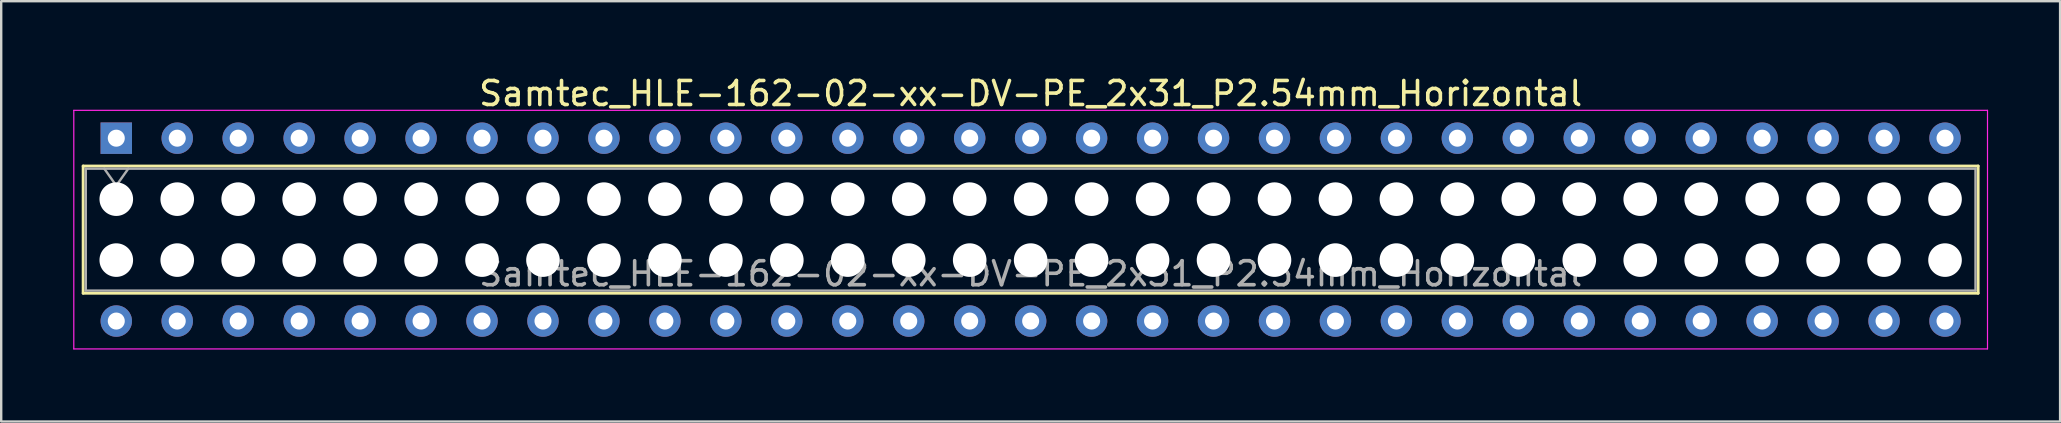
<source format=kicad_pcb>
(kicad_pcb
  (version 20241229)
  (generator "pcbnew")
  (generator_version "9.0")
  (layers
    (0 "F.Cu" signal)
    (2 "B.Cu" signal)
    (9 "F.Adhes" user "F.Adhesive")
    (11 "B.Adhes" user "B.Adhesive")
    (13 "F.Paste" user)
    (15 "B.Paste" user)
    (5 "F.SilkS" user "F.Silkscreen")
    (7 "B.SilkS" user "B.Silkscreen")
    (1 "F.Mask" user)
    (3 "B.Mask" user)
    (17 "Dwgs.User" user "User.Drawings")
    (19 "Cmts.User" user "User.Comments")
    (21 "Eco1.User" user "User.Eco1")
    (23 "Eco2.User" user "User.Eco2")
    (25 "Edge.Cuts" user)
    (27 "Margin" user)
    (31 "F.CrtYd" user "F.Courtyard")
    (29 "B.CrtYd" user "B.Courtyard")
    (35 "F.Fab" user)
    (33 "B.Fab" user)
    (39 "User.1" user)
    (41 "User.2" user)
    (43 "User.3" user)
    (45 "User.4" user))
  (footprint "Samtec_HLE-162-02-xx-DV-PE_2x31_P2.54mm_Horizontal"
    (layer "F.Cu")
    (at 1.795 2.708)
    (property "Reference" "Samtec_HLE-162-02-xx-DV-PE_2x31_P2.54mm_Horizontal" (at 38.1 -1.86 0) (layer "F.SilkS") (effects (font (size 1 1) (thickness 0.15))))
    (attr through_hole)
    (fp_line (start -1.38 1.16) (end 77.58 1.16) (stroke (width 0.12) (type solid)) (layer "F.SilkS"))
    (fp_line (start -1.38 6.46) (end -1.38 1.16) (stroke (width 0.12) (type solid)) (layer "F.SilkS"))
    (fp_line (start 77.58 1.16) (end 77.58 6.46) (stroke (width 0.12) (type solid)) (layer "F.SilkS"))
    (fp_line (start 77.58 6.46) (end -1.38 6.46) (stroke (width 0.12) (type solid)) (layer "F.SilkS"))
    (fp_line (start -1.77 -1.16) (end 77.97 -1.16) (stroke (width 0.05) (type solid)) (layer "F.CrtYd"))
    (fp_line (start -1.77 8.78) (end -1.77 -1.16) (stroke (width 0.05) (type solid)) (layer "F.CrtYd"))
    (fp_line (start 77.97 -1.16) (end 77.97 8.78) (stroke (width 0.05) (type solid)) (layer "F.CrtYd"))
    (fp_line (start 77.97 8.78) (end -1.77 8.78) (stroke (width 0.05) (type solid)) (layer "F.CrtYd"))
    (fp_line (start -1.27 1.27) (end 77.47 1.27) (stroke (width 0.1) (type solid)) (layer "F.Fab"))
    (fp_line (start -1.27 6.35) (end -1.27 1.27) (stroke (width 0.1) (type solid)) (layer "F.Fab"))
    (fp_line (start -0.5 1.27) (end 0 1.977) (stroke (width 0.1) (type solid)) (layer "F.Fab"))
    (fp_line (start 0 1.977) (end 0.5 1.27) (stroke (width 0.1) (type solid)) (layer "F.Fab"))
    (fp_line (start 77.47 1.27) (end 77.47 6.35) (stroke (width 0.1) (type solid)) (layer "F.Fab"))
    (fp_line (start 77.47 6.35) (end -1.27 6.35) (stroke (width 0.1) (type solid)) (layer "F.Fab"))
    (fp_text user "${REFERENCE}" (at 38.1 5.65 0) (layer "F.Fab") (effects (font (size 1 1) (thickness 0.15))))
    (pad "" np_thru_hole circle (at 0 2.54) (size 1.4 1.4) (drill 1.4) (layers "*.Cu" "*.Mask"))
    (pad "" np_thru_hole circle (at 0 5.08) (size 1.4 1.4) (drill 1.4) (layers "*.Cu" "*.Mask"))
    (pad "" np_thru_hole circle (at 2.54 2.54) (size 1.4 1.4) (drill 1.4) (layers "*.Cu" "*.Mask"))
    (pad "" np_thru_hole circle (at 2.54 5.08) (size 1.4 1.4) (drill 1.4) (layers "*.Cu" "*.Mask"))
    (pad "" np_thru_hole circle (at 5.08 2.54) (size 1.4 1.4) (drill 1.4) (layers "*.Cu" "*.Mask"))
    (pad "" np_thru_hole circle (at 5.08 5.08) (size 1.4 1.4) (drill 1.4) (layers "*.Cu" "*.Mask"))
    (pad "" np_thru_hole circle (at 7.62 2.54) (size 1.4 1.4) (drill 1.4) (layers "*.Cu" "*.Mask"))
    (pad "" np_thru_hole circle (at 7.62 5.08) (size 1.4 1.4) (drill 1.4) (layers "*.Cu" "*.Mask"))
    (pad "" np_thru_hole circle (at 10.16 2.54) (size 1.4 1.4) (drill 1.4) (layers "*.Cu" "*.Mask"))
    (pad "" np_thru_hole circle (at 10.16 5.08) (size 1.4 1.4) (drill 1.4) (layers "*.Cu" "*.Mask"))
    (pad "" np_thru_hole circle (at 12.7 2.54) (size 1.4 1.4) (drill 1.4) (layers "*.Cu" "*.Mask"))
    (pad "" np_thru_hole circle (at 12.7 5.08) (size 1.4 1.4) (drill 1.4) (layers "*.Cu" "*.Mask"))
    (pad "" np_thru_hole circle (at 15.24 2.54) (size 1.4 1.4) (drill 1.4) (layers "*.Cu" "*.Mask"))
    (pad "" np_thru_hole circle (at 15.24 5.08) (size 1.4 1.4) (drill 1.4) (layers "*.Cu" "*.Mask"))
    (pad "" np_thru_hole circle (at 17.78 2.54) (size 1.4 1.4) (drill 1.4) (layers "*.Cu" "*.Mask"))
    (pad "" np_thru_hole circle (at 17.78 5.08) (size 1.4 1.4) (drill 1.4) (layers "*.Cu" "*.Mask"))
    (pad "" np_thru_hole circle (at 20.32 2.54) (size 1.4 1.4) (drill 1.4) (layers "*.Cu" "*.Mask"))
    (pad "" np_thru_hole circle (at 20.32 5.08) (size 1.4 1.4) (drill 1.4) (layers "*.Cu" "*.Mask"))
    (pad "" np_thru_hole circle (at 22.86 2.54) (size 1.4 1.4) (drill 1.4) (layers "*.Cu" "*.Mask"))
    (pad "" np_thru_hole circle (at 22.86 5.08) (size 1.4 1.4) (drill 1.4) (layers "*.Cu" "*.Mask"))
    (pad "" np_thru_hole circle (at 25.4 2.54) (size 1.4 1.4) (drill 1.4) (layers "*.Cu" "*.Mask"))
    (pad "" np_thru_hole circle (at 25.4 5.08) (size 1.4 1.4) (drill 1.4) (layers "*.Cu" "*.Mask"))
    (pad "" np_thru_hole circle (at 27.94 2.54) (size 1.4 1.4) (drill 1.4) (layers "*.Cu" "*.Mask"))
    (pad "" np_thru_hole circle (at 27.94 5.08) (size 1.4 1.4) (drill 1.4) (layers "*.Cu" "*.Mask"))
    (pad "" np_thru_hole circle (at 30.48 2.54) (size 1.4 1.4) (drill 1.4) (layers "*.Cu" "*.Mask"))
    (pad "" np_thru_hole circle (at 30.48 5.08) (size 1.4 1.4) (drill 1.4) (layers "*.Cu" "*.Mask"))
    (pad "" np_thru_hole circle (at 33.02 2.54) (size 1.4 1.4) (drill 1.4) (layers "*.Cu" "*.Mask"))
    (pad "" np_thru_hole circle (at 33.02 5.08) (size 1.4 1.4) (drill 1.4) (layers "*.Cu" "*.Mask"))
    (pad "" np_thru_hole circle (at 35.56 2.54) (size 1.4 1.4) (drill 1.4) (layers "*.Cu" "*.Mask"))
    (pad "" np_thru_hole circle (at 35.56 5.08) (size 1.4 1.4) (drill 1.4) (layers "*.Cu" "*.Mask"))
    (pad "" np_thru_hole circle (at 38.1 2.54) (size 1.4 1.4) (drill 1.4) (layers "*.Cu" "*.Mask"))
    (pad "" np_thru_hole circle (at 38.1 5.08) (size 1.4 1.4) (drill 1.4) (layers "*.Cu" "*.Mask"))
    (pad "" np_thru_hole circle (at 40.64 2.54) (size 1.4 1.4) (drill 1.4) (layers "*.Cu" "*.Mask"))
    (pad "" np_thru_hole circle (at 40.64 5.08) (size 1.4 1.4) (drill 1.4) (layers "*.Cu" "*.Mask"))
    (pad "" np_thru_hole circle (at 43.18 2.54) (size 1.4 1.4) (drill 1.4) (layers "*.Cu" "*.Mask"))
    (pad "" np_thru_hole circle (at 43.18 5.08) (size 1.4 1.4) (drill 1.4) (layers "*.Cu" "*.Mask"))
    (pad "" np_thru_hole circle (at 45.72 2.54) (size 1.4 1.4) (drill 1.4) (layers "*.Cu" "*.Mask"))
    (pad "" np_thru_hole circle (at 45.72 5.08) (size 1.4 1.4) (drill 1.4) (layers "*.Cu" "*.Mask"))
    (pad "" np_thru_hole circle (at 48.26 2.54) (size 1.4 1.4) (drill 1.4) (layers "*.Cu" "*.Mask"))
    (pad "" np_thru_hole circle (at 48.26 5.08) (size 1.4 1.4) (drill 1.4) (layers "*.Cu" "*.Mask"))
    (pad "" np_thru_hole circle (at 50.8 2.54) (size 1.4 1.4) (drill 1.4) (layers "*.Cu" "*.Mask"))
    (pad "" np_thru_hole circle (at 50.8 5.08) (size 1.4 1.4) (drill 1.4) (layers "*.Cu" "*.Mask"))
    (pad "" np_thru_hole circle (at 53.34 2.54) (size 1.4 1.4) (drill 1.4) (layers "*.Cu" "*.Mask"))
    (pad "" np_thru_hole circle (at 53.34 5.08) (size 1.4 1.4) (drill 1.4) (layers "*.Cu" "*.Mask"))
    (pad "" np_thru_hole circle (at 55.88 2.54) (size 1.4 1.4) (drill 1.4) (layers "*.Cu" "*.Mask"))
    (pad "" np_thru_hole circle (at 55.88 5.08) (size 1.4 1.4) (drill 1.4) (layers "*.Cu" "*.Mask"))
    (pad "" np_thru_hole circle (at 58.42 2.54) (size 1.4 1.4) (drill 1.4) (layers "*.Cu" "*.Mask"))
    (pad "" np_thru_hole circle (at 58.42 5.08) (size 1.4 1.4) (drill 1.4) (layers "*.Cu" "*.Mask"))
    (pad "" np_thru_hole circle (at 60.96 2.54) (size 1.4 1.4) (drill 1.4) (layers "*.Cu" "*.Mask"))
    (pad "" np_thru_hole circle (at 60.96 5.08) (size 1.4 1.4) (drill 1.4) (layers "*.Cu" "*.Mask"))
    (pad "" np_thru_hole circle (at 63.5 2.54) (size 1.4 1.4) (drill 1.4) (layers "*.Cu" "*.Mask"))
    (pad "" np_thru_hole circle (at 63.5 5.08) (size 1.4 1.4) (drill 1.4) (layers "*.Cu" "*.Mask"))
    (pad "" np_thru_hole circle (at 66.04 2.54) (size 1.4 1.4) (drill 1.4) (layers "*.Cu" "*.Mask"))
    (pad "" np_thru_hole circle (at 66.04 5.08) (size 1.4 1.4) (drill 1.4) (layers "*.Cu" "*.Mask"))
    (pad "" np_thru_hole circle (at 68.58 2.54) (size 1.4 1.4) (drill 1.4) (layers "*.Cu" "*.Mask"))
    (pad "" np_thru_hole circle (at 68.58 5.08) (size 1.4 1.4) (drill 1.4) (layers "*.Cu" "*.Mask"))
    (pad "" np_thru_hole circle (at 71.12 2.54) (size 1.4 1.4) (drill 1.4) (layers "*.Cu" "*.Mask"))
    (pad "" np_thru_hole circle (at 71.12 5.08) (size 1.4 1.4) (drill 1.4) (layers "*.Cu" "*.Mask"))
    (pad "" np_thru_hole circle (at 73.66 2.54) (size 1.4 1.4) (drill 1.4) (layers "*.Cu" "*.Mask"))
    (pad "" np_thru_hole circle (at 73.66 5.08) (size 1.4 1.4) (drill 1.4) (layers "*.Cu" "*.Mask"))
    (pad "" np_thru_hole circle (at 76.2 2.54) (size 1.4 1.4) (drill 1.4) (layers "*.Cu" "*.Mask"))
    (pad "" np_thru_hole circle (at 76.2 5.08) (size 1.4 1.4) (drill 1.4) (layers "*.Cu" "*.Mask"))
    (pad "1" thru_hole rect (at 0 0) (size 1.31 1.31) (drill 0.71) (layers "*.Cu" "*.Mask"))
    (pad "2" thru_hole circle (at 0 7.62) (size 1.31 1.31) (drill 0.71) (layers "*.Cu" "*.Mask"))
    (pad "3" thru_hole circle (at 2.54 0) (size 1.31 1.31) (drill 0.71) (layers "*.Cu" "*.Mask"))
    (pad "4" thru_hole circle (at 2.54 7.62) (size 1.31 1.31) (drill 0.71) (layers "*.Cu" "*.Mask"))
    (pad "5" thru_hole circle (at 5.08 0) (size 1.31 1.31) (drill 0.71) (layers "*.Cu" "*.Mask"))
    (pad "6" thru_hole circle (at 5.08 7.62) (size 1.31 1.31) (drill 0.71) (layers "*.Cu" "*.Mask"))
    (pad "7" thru_hole circle (at 7.62 0) (size 1.31 1.31) (drill 0.71) (layers "*.Cu" "*.Mask"))
    (pad "8" thru_hole circle (at 7.62 7.62) (size 1.31 1.31) (drill 0.71) (layers "*.Cu" "*.Mask"))
    (pad "9" thru_hole circle (at 10.16 0) (size 1.31 1.31) (drill 0.71) (layers "*.Cu" "*.Mask"))
    (pad "10" thru_hole circle (at 10.16 7.62) (size 1.31 1.31) (drill 0.71) (layers "*.Cu" "*.Mask"))
    (pad "11" thru_hole circle (at 12.7 0) (size 1.31 1.31) (drill 0.71) (layers "*.Cu" "*.Mask"))
    (pad "12" thru_hole circle (at 12.7 7.62) (size 1.31 1.31) (drill 0.71) (layers "*.Cu" "*.Mask"))
    (pad "13" thru_hole circle (at 15.24 0) (size 1.31 1.31) (drill 0.71) (layers "*.Cu" "*.Mask"))
    (pad "14" thru_hole circle (at 15.24 7.62) (size 1.31 1.31) (drill 0.71) (layers "*.Cu" "*.Mask"))
    (pad "15" thru_hole circle (at 17.78 0) (size 1.31 1.31) (drill 0.71) (layers "*.Cu" "*.Mask"))
    (pad "16" thru_hole circle (at 17.78 7.62) (size 1.31 1.31) (drill 0.71) (layers "*.Cu" "*.Mask"))
    (pad "17" thru_hole circle (at 20.32 0) (size 1.31 1.31) (drill 0.71) (layers "*.Cu" "*.Mask"))
    (pad "18" thru_hole circle (at 20.32 7.62) (size 1.31 1.31) (drill 0.71) (layers "*.Cu" "*.Mask"))
    (pad "19" thru_hole circle (at 22.86 0) (size 1.31 1.31) (drill 0.71) (layers "*.Cu" "*.Mask"))
    (pad "20" thru_hole circle (at 22.86 7.62) (size 1.31 1.31) (drill 0.71) (layers "*.Cu" "*.Mask"))
    (pad "21" thru_hole circle (at 25.4 0) (size 1.31 1.31) (drill 0.71) (layers "*.Cu" "*.Mask"))
    (pad "22" thru_hole circle (at 25.4 7.62) (size 1.31 1.31) (drill 0.71) (layers "*.Cu" "*.Mask"))
    (pad "23" thru_hole circle (at 27.94 0) (size 1.31 1.31) (drill 0.71) (layers "*.Cu" "*.Mask"))
    (pad "24" thru_hole circle (at 27.94 7.62) (size 1.31 1.31) (drill 0.71) (layers "*.Cu" "*.Mask"))
    (pad "25" thru_hole circle (at 30.48 0) (size 1.31 1.31) (drill 0.71) (layers "*.Cu" "*.Mask"))
    (pad "26" thru_hole circle (at 30.48 7.62) (size 1.31 1.31) (drill 0.71) (layers "*.Cu" "*.Mask"))
    (pad "27" thru_hole circle (at 33.02 0) (size 1.31 1.31) (drill 0.71) (layers "*.Cu" "*.Mask"))
    (pad "28" thru_hole circle (at 33.02 7.62) (size 1.31 1.31) (drill 0.71) (layers "*.Cu" "*.Mask"))
    (pad "29" thru_hole circle (at 35.56 0) (size 1.31 1.31) (drill 0.71) (layers "*.Cu" "*.Mask"))
    (pad "30" thru_hole circle (at 35.56 7.62) (size 1.31 1.31) (drill 0.71) (layers "*.Cu" "*.Mask"))
    (pad "31" thru_hole circle (at 38.1 0) (size 1.31 1.31) (drill 0.71) (layers "*.Cu" "*.Mask"))
    (pad "32" thru_hole circle (at 38.1 7.62) (size 1.31 1.31) (drill 0.71) (layers "*.Cu" "*.Mask"))
    (pad "33" thru_hole circle (at 40.64 0) (size 1.31 1.31) (drill 0.71) (layers "*.Cu" "*.Mask"))
    (pad "34" thru_hole circle (at 40.64 7.62) (size 1.31 1.31) (drill 0.71) (layers "*.Cu" "*.Mask"))
    (pad "35" thru_hole circle (at 43.18 0) (size 1.31 1.31) (drill 0.71) (layers "*.Cu" "*.Mask"))
    (pad "36" thru_hole circle (at 43.18 7.62) (size 1.31 1.31) (drill 0.71) (layers "*.Cu" "*.Mask"))
    (pad "37" thru_hole circle (at 45.72 0) (size 1.31 1.31) (drill 0.71) (layers "*.Cu" "*.Mask"))
    (pad "38" thru_hole circle (at 45.72 7.62) (size 1.31 1.31) (drill 0.71) (layers "*.Cu" "*.Mask"))
    (pad "39" thru_hole circle (at 48.26 0) (size 1.31 1.31) (drill 0.71) (layers "*.Cu" "*.Mask"))
    (pad "40" thru_hole circle (at 48.26 7.62) (size 1.31 1.31) (drill 0.71) (layers "*.Cu" "*.Mask"))
    (pad "41" thru_hole circle (at 50.8 0) (size 1.31 1.31) (drill 0.71) (layers "*.Cu" "*.Mask"))
    (pad "42" thru_hole circle (at 50.8 7.62) (size 1.31 1.31) (drill 0.71) (layers "*.Cu" "*.Mask"))
    (pad "43" thru_hole circle (at 53.34 0) (size 1.31 1.31) (drill 0.71) (layers "*.Cu" "*.Mask"))
    (pad "44" thru_hole circle (at 53.34 7.62) (size 1.31 1.31) (drill 0.71) (layers "*.Cu" "*.Mask"))
    (pad "45" thru_hole circle (at 55.88 0) (size 1.31 1.31) (drill 0.71) (layers "*.Cu" "*.Mask"))
    (pad "46" thru_hole circle (at 55.88 7.62) (size 1.31 1.31) (drill 0.71) (layers "*.Cu" "*.Mask"))
    (pad "47" thru_hole circle (at 58.42 0) (size 1.31 1.31) (drill 0.71) (layers "*.Cu" "*.Mask"))
    (pad "48" thru_hole circle (at 58.42 7.62) (size 1.31 1.31) (drill 0.71) (layers "*.Cu" "*.Mask"))
    (pad "49" thru_hole circle (at 60.96 0) (size 1.31 1.31) (drill 0.71) (layers "*.Cu" "*.Mask"))
    (pad "50" thru_hole circle (at 60.96 7.62) (size 1.31 1.31) (drill 0.71) (layers "*.Cu" "*.Mask"))
    (pad "51" thru_hole circle (at 63.5 0) (size 1.31 1.31) (drill 0.71) (layers "*.Cu" "*.Mask"))
    (pad "52" thru_hole circle (at 63.5 7.62) (size 1.31 1.31) (drill 0.71) (layers "*.Cu" "*.Mask"))
    (pad "53" thru_hole circle (at 66.04 0) (size 1.31 1.31) (drill 0.71) (layers "*.Cu" "*.Mask"))
    (pad "54" thru_hole circle (at 66.04 7.62) (size 1.31 1.31) (drill 0.71) (layers "*.Cu" "*.Mask"))
    (pad "55" thru_hole circle (at 68.58 0) (size 1.31 1.31) (drill 0.71) (layers "*.Cu" "*.Mask"))
    (pad "56" thru_hole circle (at 68.58 7.62) (size 1.31 1.31) (drill 0.71) (layers "*.Cu" "*.Mask"))
    (pad "57" thru_hole circle (at 71.12 0) (size 1.31 1.31) (drill 0.71) (layers "*.Cu" "*.Mask"))
    (pad "58" thru_hole circle (at 71.12 7.62) (size 1.31 1.31) (drill 0.71) (layers "*.Cu" "*.Mask"))
    (pad "59" thru_hole circle (at 73.66 0) (size 1.31 1.31) (drill 0.71) (layers "*.Cu" "*.Mask"))
    (pad "60" thru_hole circle (at 73.66 7.62) (size 1.31 1.31) (drill 0.71) (layers "*.Cu" "*.Mask"))
    (pad "61" thru_hole circle (at 76.2 0) (size 1.31 1.31) (drill 0.71) (layers "*.Cu" "*.Mask"))
    (pad "62" thru_hole circle (at 76.2 7.62) (size 1.31 1.31) (drill 0.71) (layers "*.Cu" "*.Mask")))
  (gr_rect
    (start -3 -3)
    (end 82.79 14.513)
    (stroke (width 0.1) (type default))
    (fill no)
    (layer "Edge.Cuts")))
</source>
